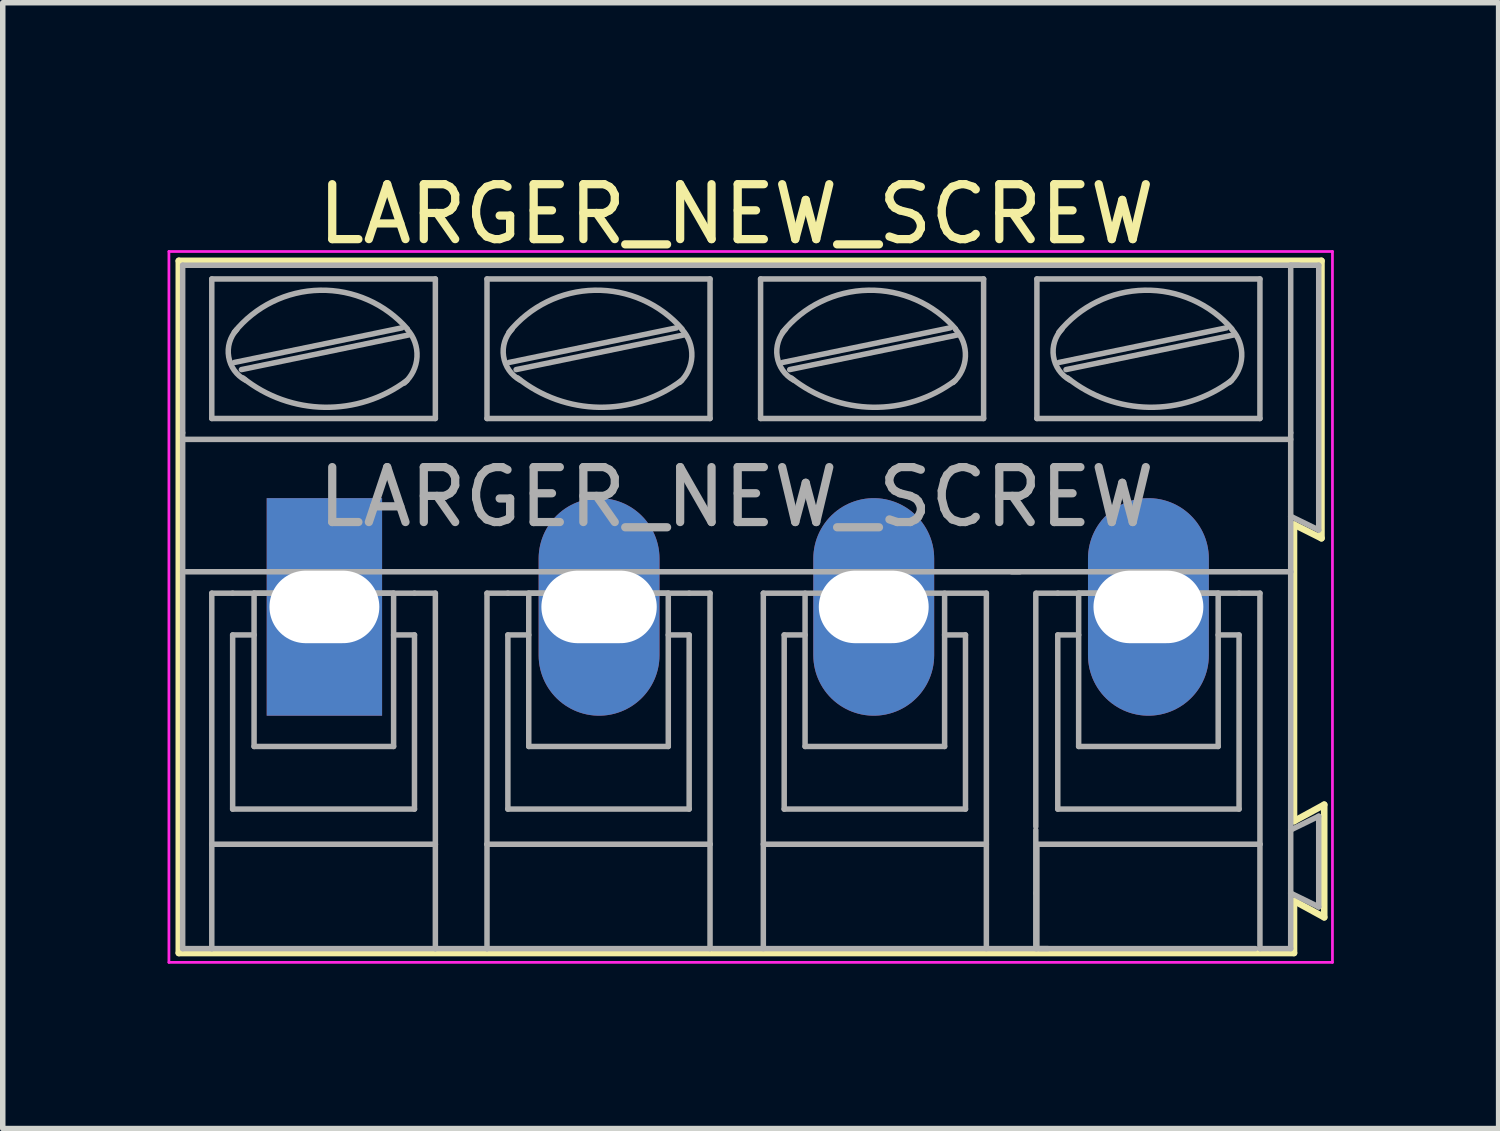
<source format=kicad_pcb>
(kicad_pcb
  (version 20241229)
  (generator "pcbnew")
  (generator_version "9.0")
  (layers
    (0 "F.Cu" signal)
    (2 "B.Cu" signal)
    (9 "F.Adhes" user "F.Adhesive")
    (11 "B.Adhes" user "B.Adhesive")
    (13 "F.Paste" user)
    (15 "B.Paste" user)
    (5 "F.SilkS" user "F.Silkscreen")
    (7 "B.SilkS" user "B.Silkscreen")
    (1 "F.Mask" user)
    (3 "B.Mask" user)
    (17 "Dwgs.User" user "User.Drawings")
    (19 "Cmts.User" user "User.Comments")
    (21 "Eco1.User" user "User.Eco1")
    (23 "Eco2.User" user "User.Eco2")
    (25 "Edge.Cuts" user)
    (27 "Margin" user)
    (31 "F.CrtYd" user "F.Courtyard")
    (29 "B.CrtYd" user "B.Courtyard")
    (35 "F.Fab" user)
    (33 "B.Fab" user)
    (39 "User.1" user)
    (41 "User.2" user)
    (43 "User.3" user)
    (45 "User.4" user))
  (footprint "LARGER_NEW_SCREW"
    (layer "F.Cu")
    (at 2.855 7.998)
    (property "Reference" "LARGER_NEW_SCREW" (at 7.5 -7.15 0) (layer "F.SilkS") (effects (font (size 1 1) (thickness 0.15))))
    (attr through_hole)
    (fp_line (start -2.65 -6.3) (end 18.15 -6.3) (stroke (width 0.12) (type solid)) (layer "F.SilkS"))
    (fp_line (start -2.65 6.3) (end -2.65 -6.3) (stroke (width 0.12) (type solid)) (layer "F.SilkS"))
    (fp_line (start 17.65 -1.5) (end 17.65 3.9) (stroke (width 0.12) (type solid)) (layer "F.SilkS"))
    (fp_line (start 17.65 3.9) (end 18.2 3.6) (stroke (width 0.12) (type solid)) (layer "F.SilkS"))
    (fp_line (start 17.65 5.35) (end 17.65 6.3) (stroke (width 0.12) (type solid)) (layer "F.SilkS"))
    (fp_line (start 17.65 6.3) (end -2.65 6.3) (stroke (width 0.12) (type solid)) (layer "F.SilkS"))
    (fp_line (start 18.15 -6.3) (end 18.15 -1.25) (stroke (width 0.12) (type solid)) (layer "F.SilkS"))
    (fp_line (start 18.15 -1.25) (end 17.65 -1.5) (stroke (width 0.12) (type solid)) (layer "F.SilkS"))
    (fp_line (start 18.2 3.6) (end 18.2 5.65) (stroke (width 0.12) (type solid)) (layer "F.SilkS"))
    (fp_line (start 18.2 5.65) (end 17.65 5.35) (stroke (width 0.12) (type solid)) (layer "F.SilkS"))
    (fp_line (start -2.83 -6.47) (end -2.83 6.47) (stroke (width 0.05) (type solid)) (layer "F.CrtYd"))
    (fp_line (start -2.83 -6.47) (end 18.35 -6.47) (stroke (width 0.05) (type solid)) (layer "F.CrtYd"))
    (fp_line (start 18.35 6.47) (end -2.83 6.47) (stroke (width 0.05) (type solid)) (layer "F.CrtYd"))
    (fp_line (start 18.35 6.47) (end 18.35 -6.47) (stroke (width 0.05) (type solid)) (layer "F.CrtYd"))
    (fp_line (start -2.58 -3.17) (end -2.58 -6.22) (stroke (width 0.1) (type solid)) (layer "F.Fab"))
    (fp_line (start -2.58 -0.64) (end -2.58 -3.17) (stroke (width 0.1) (type solid)) (layer "F.Fab"))
    (fp_line (start -2.58 6.22) (end -2.58 -0.64) (stroke (width 0.1) (type solid)) (layer "F.Fab"))
    (fp_line (start -2.58 6.22) (end -2.05 6.22) (stroke (width 0.1) (type solid)) (layer "F.Fab"))
    (fp_line (start -2.05 -3.43) (end -2.05 -5.97) (stroke (width 0.1) (type solid)) (layer "F.Fab"))
    (fp_line (start -2.05 -0.25) (end -2.05 4.32) (stroke (width 0.1) (type solid)) (layer "F.Fab"))
    (fp_line (start -2.05 -0.25) (end -1.67 -0.25) (stroke (width 0.1) (type solid)) (layer "F.Fab"))
    (fp_line (start -2.05 4.32) (end -2.05 6.22) (stroke (width 0.1) (type solid)) (layer "F.Fab"))
    (fp_line (start -2.05 6.22) (end 2.02 6.22) (stroke (width 0.1) (type solid)) (layer "F.Fab"))
    (fp_line (start -1.67 0.51) (end -1.28 0.51) (stroke (width 0.1) (type solid)) (layer "F.Fab"))
    (fp_line (start -1.67 3.68) (end -1.67 0.51) (stroke (width 0.1) (type solid)) (layer "F.Fab"))
    (fp_line (start -1.64 -4.45) (end 1.41 -5.08) (stroke (width 0.1) (type solid)) (layer "F.Fab"))
    (fp_line (start -1.51 -4.32) (end 1.53 -4.95) (stroke (width 0.1) (type solid)) (layer "F.Fab"))
    (fp_line (start -1.28 -0.25) (end 1.26 -0.25) (stroke (width 0.1) (type solid)) (layer "F.Fab"))
    (fp_line (start -1.28 2.54) (end -1.28 -0.25) (stroke (width 0.1) (type solid)) (layer "F.Fab"))
    (fp_line (start -1.28 2.54) (end 1.26 2.54) (stroke (width 0.1) (type solid)) (layer "F.Fab"))
    (fp_line (start 1.26 2.54) (end 1.26 -0.25) (stroke (width 0.1) (type solid)) (layer "F.Fab"))
    (fp_line (start 1.64 -0.25) (end -1.67 -0.25) (stroke (width 0.1) (type solid)) (layer "F.Fab"))
    (fp_line (start 1.64 0.51) (end 1.26 0.51) (stroke (width 0.1) (type solid)) (layer "F.Fab"))
    (fp_line (start 1.64 3.68) (end -1.67 3.68) (stroke (width 0.1) (type solid)) (layer "F.Fab"))
    (fp_line (start 1.64 3.68) (end 1.64 0.51) (stroke (width 0.1) (type solid)) (layer "F.Fab"))
    (fp_line (start 2.02 -5.97) (end -2.05 -5.97) (stroke (width 0.1) (type solid)) (layer "F.Fab"))
    (fp_line (start 2.02 -3.43) (end -2.05 -3.43) (stroke (width 0.1) (type solid)) (layer "F.Fab"))
    (fp_line (start 2.02 -3.43) (end 2.02 -5.97) (stroke (width 0.1) (type solid)) (layer "F.Fab"))
    (fp_line (start 2.02 -0.25) (end 1.64 -0.25) (stroke (width 0.1) (type solid)) (layer "F.Fab"))
    (fp_line (start 2.02 4.32) (end -2.05 4.32) (stroke (width 0.1) (type solid)) (layer "F.Fab"))
    (fp_line (start 2.02 4.32) (end 2.02 -0.25) (stroke (width 0.1) (type solid)) (layer "F.Fab"))
    (fp_line (start 2.02 6.22) (end 2.02 4.32) (stroke (width 0.1) (type solid)) (layer "F.Fab"))
    (fp_line (start 2.02 6.22) (end 2.96 6.22) (stroke (width 0.1) (type solid)) (layer "F.Fab"))
    (fp_line (start 2.96 -5.97) (end 7.02 -5.97) (stroke (width 0.1) (type solid)) (layer "F.Fab"))
    (fp_line (start 2.96 -3.43) (end 2.96 -5.97) (stroke (width 0.1) (type solid)) (layer "F.Fab"))
    (fp_line (start 2.96 -0.25) (end 3.34 -0.25) (stroke (width 0.1) (type solid)) (layer "F.Fab"))
    (fp_line (start 2.96 4.32) (end 2.96 -0.25) (stroke (width 0.1) (type solid)) (layer "F.Fab"))
    (fp_line (start 2.96 4.32) (end 7.02 4.32) (stroke (width 0.1) (type solid)) (layer "F.Fab"))
    (fp_line (start 2.96 6.22) (end 2.96 4.32) (stroke (width 0.1) (type solid)) (layer "F.Fab"))
    (fp_line (start 2.96 6.22) (end 7.02 6.22) (stroke (width 0.1) (type solid)) (layer "F.Fab"))
    (fp_line (start 3.34 -0.25) (end 6.64 -0.25) (stroke (width 0.1) (type solid)) (layer "F.Fab"))
    (fp_line (start 3.34 0.51) (end 3.72 0.51) (stroke (width 0.1) (type solid)) (layer "F.Fab"))
    (fp_line (start 3.34 3.68) (end 3.34 0.51) (stroke (width 0.1) (type solid)) (layer "F.Fab"))
    (fp_line (start 3.36 -4.45) (end 6.41 -5.08) (stroke (width 0.1) (type solid)) (layer "F.Fab"))
    (fp_line (start 3.49 -4.32) (end 6.54 -4.95) (stroke (width 0.1) (type solid)) (layer "F.Fab"))
    (fp_line (start 3.72 -0.25) (end 6.26 -0.25) (stroke (width 0.1) (type solid)) (layer "F.Fab"))
    (fp_line (start 3.72 2.54) (end 3.72 -0.25) (stroke (width 0.1) (type solid)) (layer "F.Fab"))
    (fp_line (start 3.72 2.54) (end 6.26 2.54) (stroke (width 0.1) (type solid)) (layer "F.Fab"))
    (fp_line (start 6.26 2.54) (end 6.26 -0.25) (stroke (width 0.1) (type solid)) (layer "F.Fab"))
    (fp_line (start 6.64 0.51) (end 6.26 0.51) (stroke (width 0.1) (type solid)) (layer "F.Fab"))
    (fp_line (start 6.64 3.68) (end 3.34 3.68) (stroke (width 0.1) (type solid)) (layer "F.Fab"))
    (fp_line (start 6.64 3.68) (end 6.64 0.51) (stroke (width 0.1) (type solid)) (layer "F.Fab"))
    (fp_line (start 7.02 -5.97) (end 7.02 -3.43) (stroke (width 0.1) (type solid)) (layer "F.Fab"))
    (fp_line (start 7.02 -3.43) (end 2.96 -3.43) (stroke (width 0.1) (type solid)) (layer "F.Fab"))
    (fp_line (start 7.02 -0.25) (end 6.64 -0.25) (stroke (width 0.1) (type solid)) (layer "F.Fab"))
    (fp_line (start 7.02 -0.25) (end 7.02 4.32) (stroke (width 0.1) (type solid)) (layer "F.Fab"))
    (fp_line (start 7.02 4.32) (end 7.02 6.22) (stroke (width 0.1) (type solid)) (layer "F.Fab"))
    (fp_line (start 7.94 -5.97) (end 12 -5.97) (stroke (width 0.1) (type solid)) (layer "F.Fab"))
    (fp_line (start 7.94 -3.43) (end 7.94 -5.97) (stroke (width 0.1) (type solid)) (layer "F.Fab"))
    (fp_line (start 7.99 -0.25) (end 12.05 -0.25) (stroke (width 0.1) (type solid)) (layer "F.Fab"))
    (fp_line (start 7.99 4.32) (end 12.05 4.32) (stroke (width 0.1) (type solid)) (layer "F.Fab"))
    (fp_line (start 7.99 6.22) (end 7.99 -0.25) (stroke (width 0.1) (type solid)) (layer "F.Fab"))
    (fp_line (start 8.34 -4.45) (end 11.39 -5.08) (stroke (width 0.1) (type solid)) (layer "F.Fab"))
    (fp_line (start 8.37 0.51) (end 8.37 3.68) (stroke (width 0.1) (type solid)) (layer "F.Fab"))
    (fp_line (start 8.37 0.51) (end 8.75 0.51) (stroke (width 0.1) (type solid)) (layer "F.Fab"))
    (fp_line (start 8.37 3.68) (end 11.67 3.68) (stroke (width 0.1) (type solid)) (layer "F.Fab"))
    (fp_line (start 8.47 -4.32) (end 11.52 -4.95) (stroke (width 0.1) (type solid)) (layer "F.Fab"))
    (fp_line (start 8.75 -0.25) (end 8.75 2.54) (stroke (width 0.1) (type solid)) (layer "F.Fab"))
    (fp_line (start 8.75 2.54) (end 11.29 2.54) (stroke (width 0.1) (type solid)) (layer "F.Fab"))
    (fp_line (start 11.29 2.54) (end 11.29 -0.25) (stroke (width 0.1) (type solid)) (layer "F.Fab"))
    (fp_line (start 11.67 0.51) (end 11.29 0.51) (stroke (width 0.1) (type solid)) (layer "F.Fab"))
    (fp_line (start 11.67 3.68) (end 11.67 0.51) (stroke (width 0.1) (type solid)) (layer "F.Fab"))
    (fp_line (start 12 -5.97) (end 12 -3.43) (stroke (width 0.1) (type solid)) (layer "F.Fab"))
    (fp_line (start 12 -3.43) (end 7.94 -3.43) (stroke (width 0.1) (type solid)) (layer "F.Fab"))
    (fp_line (start 12.05 6.22) (end 12.05 -0.25) (stroke (width 0.1) (type solid)) (layer "F.Fab"))
    (fp_line (start 12.51 -0.64) (end 17.59 -0.64) (stroke (width 0.1) (type solid)) (layer "F.Fab"))
    (fp_line (start 12.66 -0.64) (end -2.52 -0.64) (stroke (width 0.1) (type solid)) (layer "F.Fab"))
    (fp_line (start 12.95 4) (end 12.95 -0.25) (stroke (width 0.1) (type solid)) (layer "F.Fab"))
    (fp_line (start 12.95 4.06) (end 12.95 5.21) (stroke (width 0.1) (type solid)) (layer "F.Fab"))
    (fp_line (start 12.95 5.21) (end 12.95 6.22) (stroke (width 0.1) (type solid)) (layer "F.Fab"))
    (fp_line (start 12.97 -5.97) (end 17.03 -5.97) (stroke (width 0.1) (type solid)) (layer "F.Fab"))
    (fp_line (start 12.97 -3.43) (end 12.97 -5.97) (stroke (width 0.1) (type solid)) (layer "F.Fab"))
    (fp_line (start 12.97 -0.25) (end 13.35 -0.25) (stroke (width 0.1) (type solid)) (layer "F.Fab"))
    (fp_line (start 12.97 4.32) (end 17.03 4.32) (stroke (width 0.1) (type solid)) (layer "F.Fab"))
    (fp_line (start 12.97 6.22) (end 12.97 4.32) (stroke (width 0.1) (type solid)) (layer "F.Fab"))
    (fp_line (start 13.17 6.22) (end 7.07 6.22) (stroke (width 0.1) (type solid)) (layer "F.Fab"))
    (fp_line (start 13.35 -0.25) (end 16.65 -0.25) (stroke (width 0.1) (type solid)) (layer "F.Fab"))
    (fp_line (start 13.35 0.51) (end 13.73 0.51) (stroke (width 0.1) (type solid)) (layer "F.Fab"))
    (fp_line (start 13.35 3.68) (end 13.35 0.51) (stroke (width 0.1) (type solid)) (layer "F.Fab"))
    (fp_line (start 13.37 -4.45) (end 16.42 -5.08) (stroke (width 0.1) (type solid)) (layer "F.Fab"))
    (fp_line (start 13.5 -4.32) (end 16.55 -4.95) (stroke (width 0.1) (type solid)) (layer "F.Fab"))
    (fp_line (start 13.73 -0.25) (end 16.27 -0.25) (stroke (width 0.1) (type solid)) (layer "F.Fab"))
    (fp_line (start 13.73 2.54) (end 13.73 -0.25) (stroke (width 0.1) (type solid)) (layer "F.Fab"))
    (fp_line (start 13.73 2.54) (end 16.27 2.54) (stroke (width 0.1) (type solid)) (layer "F.Fab"))
    (fp_line (start 16.27 2.54) (end 16.27 -0.25) (stroke (width 0.1) (type solid)) (layer "F.Fab"))
    (fp_line (start 16.65 0.51) (end 16.27 0.51) (stroke (width 0.1) (type solid)) (layer "F.Fab"))
    (fp_line (start 16.65 3.68) (end 13.35 3.68) (stroke (width 0.1) (type solid)) (layer "F.Fab"))
    (fp_line (start 16.65 3.68) (end 16.65 0.51) (stroke (width 0.1) (type solid)) (layer "F.Fab"))
    (fp_line (start 16.95 6.22) (end 13.02 6.22) (stroke (width 0.1) (type solid)) (layer "F.Fab"))
    (fp_line (start 17.03 -5.97) (end 17.03 -3.43) (stroke (width 0.1) (type solid)) (layer "F.Fab"))
    (fp_line (start 17.03 -3.43) (end 12.97 -3.43) (stroke (width 0.1) (type solid)) (layer "F.Fab"))
    (fp_line (start 17.03 -0.25) (end 16.65 -0.25) (stroke (width 0.1) (type solid)) (layer "F.Fab"))
    (fp_line (start 17.03 -0.25) (end 17.03 4.32) (stroke (width 0.1) (type solid)) (layer "F.Fab"))
    (fp_line (start 17.03 4.32) (end 17.03 6.22) (stroke (width 0.1) (type solid)) (layer "F.Fab"))
    (fp_line (start 17.03 6.22) (end 17.59 6.22) (stroke (width 0.1) (type solid)) (layer "F.Fab"))
    (fp_line (start 17.59 -6.22) (end 17.59 -3.17) (stroke (width 0.1) (type solid)) (layer "F.Fab"))
    (fp_line (start 17.59 -6.22) (end 18.1 -6.22) (stroke (width 0.1) (type solid)) (layer "F.Fab"))
    (fp_line (start 17.59 -3.17) (end 17.59 -1.65) (stroke (width 0.1) (type solid)) (layer "F.Fab"))
    (fp_line (start 17.59 -3.05) (end -2.58 -3.05) (stroke (width 0.1) (type solid)) (layer "F.Fab"))
    (fp_line (start 17.59 -1.65) (end 17.59 -0.64) (stroke (width 0.1) (type solid)) (layer "F.Fab"))
    (fp_line (start 17.59 -0.64) (end 17.59 4.06) (stroke (width 0.1) (type solid)) (layer "F.Fab"))
    (fp_line (start 17.59 4.06) (end 17.59 5.21) (stroke (width 0.1) (type solid)) (layer "F.Fab"))
    (fp_line (start 17.59 5.21) (end 17.59 6.22) (stroke (width 0.1) (type solid)) (layer "F.Fab"))
    (fp_line (start 17.74 -6.22) (end -2.58 -6.22) (stroke (width 0.1) (type solid)) (layer "F.Fab"))
    (fp_line (start 18.1 -6.22) (end 18.1 -1.4) (stroke (width 0.1) (type solid)) (layer "F.Fab"))
    (fp_line (start 18.1 -1.4) (end 17.59 -1.65) (stroke (width 0.1) (type solid)) (layer "F.Fab"))
    (fp_line (start 18.1 3.81) (end 17.59 4.06) (stroke (width 0.1) (type solid)) (layer "F.Fab"))
    (fp_line (start 18.1 3.81) (end 18.1 5.46) (stroke (width 0.1) (type solid)) (layer "F.Fab"))
    (fp_line (start 18.1 5.46) (end 17.59 5.21) (stroke (width 0.1) (type solid)) (layer "F.Fab"))
    (fp_arc (start -1.64 -5) (mid -0.080263 -5.764867) (end 1.508239 -5.061686) (stroke (width 0.1) (type solid)) (layer "F.Fab"))
    (fp_arc (start -1.44 -4.13) (mid -1.742324 -4.551515) (end -1.595426 -5.049005) (stroke (width 0.1) (type solid)) (layer "F.Fab"))
    (fp_arc (start 1.5 -4.12) (mid 0.000583 -3.634318) (end -1.482333 -4.168263) (stroke (width 0.1) (type solid)) (layer "F.Fab"))
    (fp_arc (start 1.51 -5.05) (mid 1.685733 -4.551652) (end 1.455532 -4.076005) (stroke (width 0.1) (type solid)) (layer "F.Fab"))
    (fp_arc (start 3.36 -5) (mid 4.919737 -5.764867) (end 6.508239 -5.061686) (stroke (width 0.1) (type solid)) (layer "F.Fab"))
    (fp_arc (start 3.56 -4.13) (mid 3.261534 -4.559406) (end 3.417028 -5.058699) (stroke (width 0.1) (type solid)) (layer "F.Fab"))
    (fp_arc (start 6.5 -4.12) (mid 5.000583 -3.634318) (end 3.517667 -4.168263) (stroke (width 0.1) (type solid)) (layer "F.Fab"))
    (fp_arc (start 6.51 -5.05) (mid 6.688693 -4.558754) (end 6.465619 -4.086005) (stroke (width 0.1) (type solid)) (layer "F.Fab"))
    (fp_arc (start 8.34 -5) (mid 9.899737 -5.764867) (end 11.488239 -5.061686) (stroke (width 0.1) (type solid)) (layer "F.Fab"))
    (fp_arc (start 8.54 -4.13) (mid 8.241534 -4.559406) (end 8.397028 -5.058699) (stroke (width 0.1) (type solid)) (layer "F.Fab"))
    (fp_arc (start 11.48 -4.12) (mid 9.980583 -3.634318) (end 8.497667 -4.168263) (stroke (width 0.1) (type solid)) (layer "F.Fab"))
    (fp_arc (start 11.49 -5.05) (mid 11.668693 -4.558754) (end 11.445619 -4.086005) (stroke (width 0.1) (type solid)) (layer "F.Fab"))
    (fp_arc (start 13.37 -5) (mid 14.929737 -5.764867) (end 16.518239 -5.061686) (stroke (width 0.1) (type solid)) (layer "F.Fab"))
    (fp_arc (start 13.57 -4.13) (mid 13.271534 -4.559406) (end 13.427028 -5.058699) (stroke (width 0.1) (type solid)) (layer "F.Fab"))
    (fp_arc (start 16.51 -4.12) (mid 15.010583 -3.634318) (end 13.527667 -4.168263) (stroke (width 0.1) (type solid)) (layer "F.Fab"))
    (fp_arc (start 16.52 -5.05) (mid 16.698693 -4.558754) (end 16.475619 -4.086005) (stroke (width 0.1) (type solid)) (layer "F.Fab"))
    (fp_text user "${REFERENCE}" (at 7.5 -2 0) (layer "F.Fab") (effects (font (size 1 1) (thickness 0.15))))
    (pad "1" thru_hole rect (at 0 0) (size 2.1 3.96) (drill oval 2 1.32) (layers "*.Cu" "*.Mask"))
    (pad "2" thru_hole oval (at 5 0) (size 2.2 3.96) (drill oval 2.1 1.32) (layers "*.Cu" "*.Mask"))
    (pad "3" thru_hole oval (at 10 0) (size 2.2 3.96) (drill oval 2 1.32) (layers "*.Cu" "*.Mask"))
    (pad "4" thru_hole oval (at 15 0) (size 2.2 3.96) (drill oval 2 1.32) (layers "*.Cu" "*.Mask")))
  (gr_rect
    (start -3 -3)
    (end 24.23 17.493)
    (stroke (width 0.1) (type default))
    (fill no)
    (layer "Edge.Cuts")))
</source>
